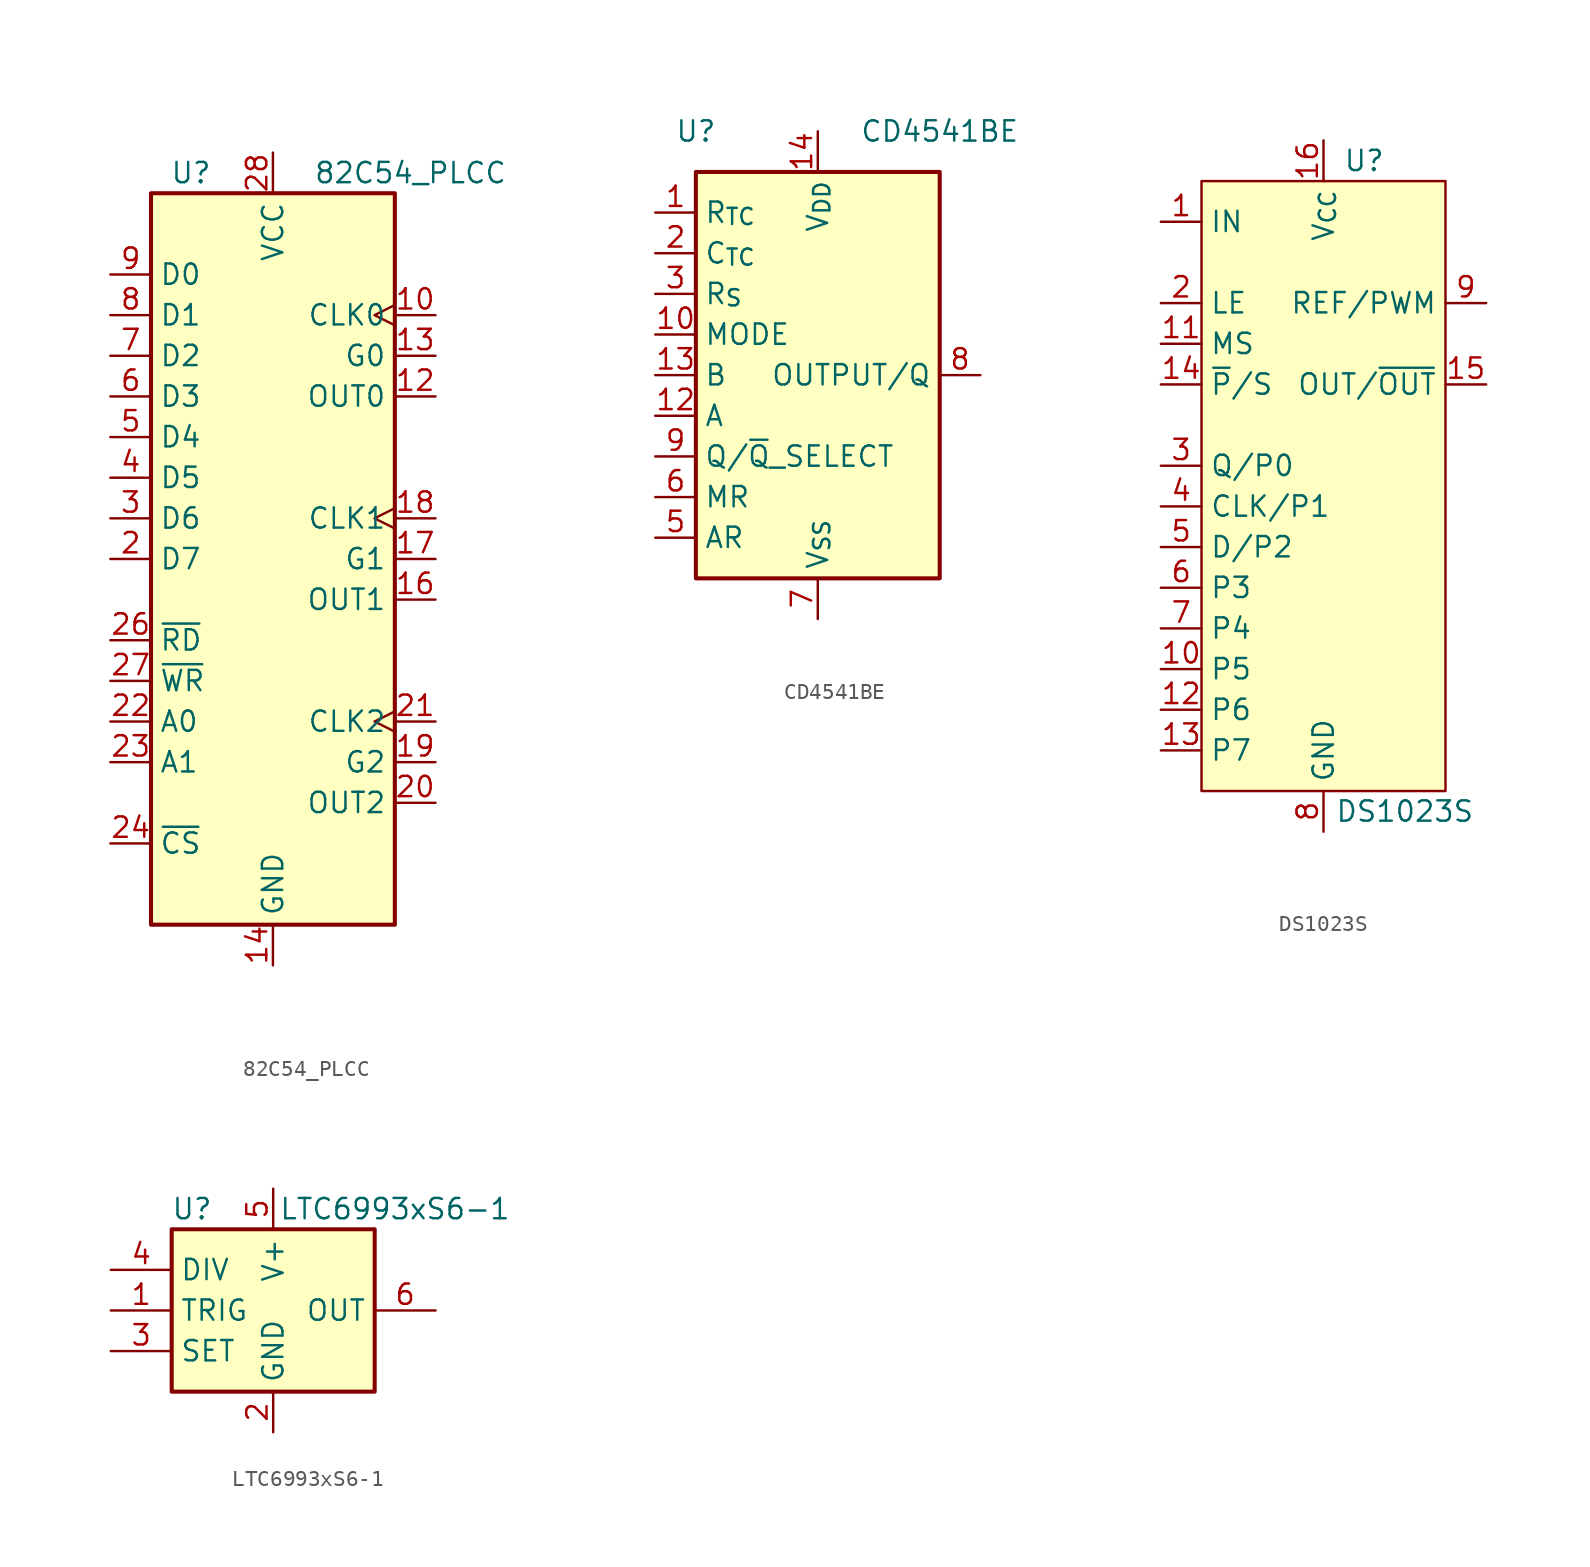
<source format=kicad_sym>
(kicad_symbol_lib
  (version 20241209)
  (generator "kicad_symbol_editor")
  (generator_version "9.0")
  (symbol "82C54_PLCC"
    (property "Reference" "U"
      (at -3.81 24.13 0)
      (effects (font (size 1.27 1.27)) (justify right)))
    (property "Value" "82C54_PLCC"
      (at 2.54 24.13 0)
      (effects (font (size 1.27 1.27)) (justify left)))
    (symbol "82C54_PLCC_0_1"
      (rectangle (start -7.62 -22.86) (end 7.62 22.86) (stroke (width 0.254) (type default)) (fill (type background))))
    (symbol "82C54_PLCC_1_1"
      (pin bidirectional line (at -10.16 17.78 0) (length 2.54) (name "D0" (effects (font (size 1.27 1.27)))) (number "9" (effects (font (size 1.27 1.27)))))
      (pin bidirectional line (at -10.16 15.24 0) (length 2.54) (name "D1" (effects (font (size 1.27 1.27)))) (number "8" (effects (font (size 1.27 1.27)))))
      (pin bidirectional line (at -10.16 12.7 0) (length 2.54) (name "D2" (effects (font (size 1.27 1.27)))) (number "7" (effects (font (size 1.27 1.27)))))
      (pin bidirectional line (at -10.16 10.16 0) (length 2.54) (name "D3" (effects (font (size 1.27 1.27)))) (number "6" (effects (font (size 1.27 1.27)))))
      (pin bidirectional line (at -10.16 7.62 0) (length 2.54) (name "D4" (effects (font (size 1.27 1.27)))) (number "5" (effects (font (size 1.27 1.27)))))
      (pin bidirectional line (at -10.16 5.08 0) (length 2.54) (name "D5" (effects (font (size 1.27 1.27)))) (number "4" (effects (font (size 1.27 1.27)))))
      (pin bidirectional line (at -10.16 2.54 0) (length 2.54) (name "D6" (effects (font (size 1.27 1.27)))) (number "3" (effects (font (size 1.27 1.27)))))
      (pin bidirectional line (at -10.16 0 0) (length 2.54) (name "D7" (effects (font (size 1.27 1.27)))) (number "2" (effects (font (size 1.27 1.27)))))
      (pin input line (at -10.16 -5.08 0) (length 2.54) (name "~{RD}" (effects (font (size 1.27 1.27)))) (number "26" (effects (font (size 1.27 1.27)))))
      (pin input line (at -10.16 -7.62 0) (length 2.54) (name "~{WR}" (effects (font (size 1.27 1.27)))) (number "27" (effects (font (size 1.27 1.27)))))
      (pin input line (at -10.16 -10.16 0) (length 2.54) (name "A0" (effects (font (size 1.27 1.27)))) (number "22" (effects (font (size 1.27 1.27)))))
      (pin input line (at -10.16 -12.7 0) (length 2.54) (name "A1" (effects (font (size 1.27 1.27)))) (number "23" (effects (font (size 1.27 1.27)))))
      (pin input line (at -10.16 -17.78 0) (length 2.54) (name "~{CS}" (effects (font (size 1.27 1.27)))) (number "24" (effects (font (size 1.27 1.27)))))
      (pin no_connect line (at -5.08 -22.86 90) (length 2.54) (hide yes) (name "NC" (effects (font (size 1.27 1.27)))) (number "1" (effects (font (size 1.27 1.27)))))
      (pin no_connect line (at -2.54 -22.86 90) (length 2.54) (hide yes) (name "NC" (effects (font (size 1.27 1.27)))) (number "11" (effects (font (size 1.27 1.27)))))
      (pin power_in line (at 0 25.4 270) (length 2.54) (name "VCC" (effects (font (size 1.27 1.27)))) (number "28" (effects (font (size 1.27 1.27)))))
      (pin power_in line (at 0 -25.4 90) (length 2.54) (name "GND" (effects (font (size 1.27 1.27)))) (number "14" (effects (font (size 1.27 1.27)))))
      (pin no_connect line (at 2.54 -22.86 90) (length 2.54) (hide yes) (name "NC" (effects (font (size 1.27 1.27)))) (number "15" (effects (font (size 1.27 1.27)))))
      (pin no_connect line (at 5.08 -22.86 90) (length 2.54) (hide yes) (name "NC" (effects (font (size 1.27 1.27)))) (number "25" (effects (font (size 1.27 1.27)))))
      (pin input clock (at 10.16 15.24 180) (length 2.54) (name "CLK0" (effects (font (size 1.27 1.27)))) (number "10" (effects (font (size 1.27 1.27)))))
      (pin input line (at 10.16 12.7 180) (length 2.54) (name "G0" (effects (font (size 1.27 1.27)))) (number "13" (effects (font (size 1.27 1.27)))))
      (pin output line (at 10.16 10.16 180) (length 2.54) (name "OUT0" (effects (font (size 1.27 1.27)))) (number "12" (effects (font (size 1.27 1.27)))))
      (pin input clock (at 10.16 2.54 180) (length 2.54) (name "CLK1" (effects (font (size 1.27 1.27)))) (number "18" (effects (font (size 1.27 1.27)))))
      (pin input line (at 10.16 0 180) (length 2.54) (name "G1" (effects (font (size 1.27 1.27)))) (number "17" (effects (font (size 1.27 1.27)))))
      (pin output line (at 10.16 -2.54 180) (length 2.54) (name "OUT1" (effects (font (size 1.27 1.27)))) (number "16" (effects (font (size 1.27 1.27)))))
      (pin input clock (at 10.16 -10.16 180) (length 2.54) (name "CLK2" (effects (font (size 1.27 1.27)))) (number "21" (effects (font (size 1.27 1.27)))))
      (pin input line (at 10.16 -12.7 180) (length 2.54) (name "G2" (effects (font (size 1.27 1.27)))) (number "19" (effects (font (size 1.27 1.27)))))
      (pin output line (at 10.16 -15.24 180) (length 2.54) (name "OUT2" (effects (font (size 1.27 1.27)))) (number "20" (effects (font (size 1.27 1.27)))))))
  (symbol "CD4541BE"
    (property "Reference" "U"
      (at -7.62 15.24 0)
      (effects (font (size 1.27 1.27))))
    (property "Value" "CD4541BE"
      (at 7.62 15.24 0)
      (effects (font (size 1.27 1.27))))
    (symbol "CD4541BE_0_0"
      (pin input line (at -10.16 10.16 0) (length 2.54) (name "R_{TC}" (effects (font (size 1.27 1.27)))) (number "1" (effects (font (size 1.27 1.27)))))
      (pin input line (at -10.16 7.62 0) (length 2.54) (name "C_{TC}" (effects (font (size 1.27 1.27)))) (number "2" (effects (font (size 1.27 1.27)))))
      (pin input line (at -10.16 5.08 0) (length 2.54) (name "R_{S}" (effects (font (size 1.27 1.27)))) (number "3" (effects (font (size 1.27 1.27)))))
      (pin input line (at -10.16 2.54 0) (length 2.54) (name "MODE" (effects (font (size 1.27 1.27)))) (number "10" (effects (font (size 1.27 1.27)))))
      (pin input line (at -10.16 0 0) (length 2.54) (name "B" (effects (font (size 1.27 1.27)))) (number "13" (effects (font (size 1.27 1.27)))))
      (pin input line (at -10.16 -2.54 0) (length 2.54) (name "A" (effects (font (size 1.27 1.27)))) (number "12" (effects (font (size 1.27 1.27)))))
      (pin input line (at -10.16 -5.08 0) (length 2.54) (name "Q/~{Q}_SELECT" (effects (font (size 1.27 1.27)))) (number "9" (effects (font (size 1.27 1.27)))))
      (pin input line (at -10.16 -7.62 0) (length 2.54) (name "MR" (effects (font (size 1.27 1.27)))) (number "6" (effects (font (size 1.27 1.27)))))
      (pin input line (at -10.16 -10.16 0) (length 2.54) (name "AR" (effects (font (size 1.27 1.27)))) (number "5" (effects (font (size 1.27 1.27)))))
      (pin power_in line (at 0 15.24 270) (length 2.54) (name "V_{DD}" (effects (font (size 1.27 1.27)))) (number "14" (effects (font (size 1.27 1.27)))))
      (pin power_in line (at 0 -15.24 90) (length 2.54) (name "V_{SS}" (effects (font (size 1.27 1.27)))) (number "7" (effects (font (size 1.27 1.27)))))
      (pin no_connect line (at 7.62 -5.08 180) (length 2.54) (hide yes) (name "NC" (effects (font (size 1.27 1.27)))) (number "4" (effects (font (size 1.27 1.27)))))
      (pin no_connect line (at 7.62 -7.62 180) (length 2.54) (hide yes) (name "NC" (effects (font (size 1.27 1.27)))) (number "11" (effects (font (size 1.27 1.27)))))
      (pin output line (at 10.16 0 180) (length 2.54) (name "OUTPUT/Q" (effects (font (size 1.27 1.27)))) (number "8" (effects (font (size 1.27 1.27))))))
    (symbol "CD4541BE_0_1"
      (rectangle (start 7.62 -12.7) (end -7.62 12.7) (stroke (width 0.254) (type default)) (fill (type background)))))
  (symbol "DS1023S"
    (property "Reference" "U"
      (at 2.54 19.05 0)
      (effects (font (size 1.27 1.27))))
    (property "Value" "DS1023S"
      (at 5.08 -21.59 0)
      (effects (font (size 1.27 1.27))))
    (symbol "DS1023S_1_1"
      (rectangle (start -7.62 17.78) (end 7.62 -20.32) (stroke (width 0) (type default)) (fill (type background)))
      (pin input line (at -10.16 15.24 0) (length 2.54) (name "IN" (effects (font (size 1.27 1.27)))) (number "1" (effects (font (size 1.27 1.27)))))
      (pin input line (at -10.16 10.16 0) (length 2.54) (name "LE" (effects (font (size 1.27 1.27)))) (number "2" (effects (font (size 1.27 1.27)))))
      (pin input line (at -10.16 7.62 0) (length 2.54) (name "MS" (effects (font (size 1.27 1.27)))) (number "11" (effects (font (size 1.27 1.27)))))
      (pin input line (at -10.16 5.08 0) (length 2.54) (name "~{P}/S" (effects (font (size 1.27 1.27)))) (number "14" (effects (font (size 1.27 1.27)))))
      (pin input line (at -10.16 0 0) (length 2.54) (name "Q/P0" (effects (font (size 1.27 1.27)))) (number "3" (effects (font (size 1.27 1.27)))))
      (pin input line (at -10.16 -2.54 0) (length 2.54) (name "CLK/P1" (effects (font (size 1.27 1.27)))) (number "4" (effects (font (size 1.27 1.27)))))
      (pin input line (at -10.16 -5.08 0) (length 2.54) (name "D/P2" (effects (font (size 1.27 1.27)))) (number "5" (effects (font (size 1.27 1.27)))))
      (pin input line (at -10.16 -7.62 0) (length 2.54) (name "P3" (effects (font (size 1.27 1.27)))) (number "6" (effects (font (size 1.27 1.27)))))
      (pin input line (at -10.16 -10.16 0) (length 2.54) (name "P4" (effects (font (size 1.27 1.27)))) (number "7" (effects (font (size 1.27 1.27)))))
      (pin input line (at -10.16 -12.7 0) (length 2.54) (name "P5" (effects (font (size 1.27 1.27)))) (number "10" (effects (font (size 1.27 1.27)))))
      (pin input line (at -10.16 -15.24 0) (length 2.54) (name "P6" (effects (font (size 1.27 1.27)))) (number "12" (effects (font (size 1.27 1.27)))))
      (pin input line (at -10.16 -17.78 0) (length 2.54) (name "P7" (effects (font (size 1.27 1.27)))) (number "13" (effects (font (size 1.27 1.27)))))
      (pin power_in line (at 0 20.32 270) (length 2.54) (name "V_{CC}" (effects (font (size 1.27 1.27)))) (number "16" (effects (font (size 1.27 1.27)))))
      (pin power_in line (at 0 -22.86 90) (length 2.54) (name "GND" (effects (font (size 1.27 1.27)))) (number "8" (effects (font (size 1.27 1.27)))))
      (pin output line (at 10.16 10.16 180) (length 2.54) (name "REF/PWM" (effects (font (size 1.27 1.27)))) (number "9" (effects (font (size 1.27 1.27)))))
      (pin output line (at 10.16 5.08 180) (length 2.54) (name "OUT/~{OUT}" (effects (font (size 1.27 1.27)))) (number "15" (effects (font (size 1.27 1.27)))))))
  (symbol "LTC6993xS6-1"
    (property "Reference" "U"
      (at -5.08 6.35 0)
      (effects (font (size 1.27 1.27))))
    (property "Value" "LTC6993xS6-1"
      (at 7.62 6.35 0)
      (effects (font (size 1.27 1.27))))
    (symbol "LTC6993xS6-1_0_1"
      (rectangle (start -6.35 5.08) (end 6.35 -5.08) (stroke (width 0.254) (type default)) (fill (type background))))
    (symbol "LTC6993xS6-1_1_1"
      (pin input line (at -10.16 2.54 0) (length 3.81) (name "DIV" (effects (font (size 1.27 1.27)))) (number "4" (effects (font (size 1.27 1.27)))))
      (pin input line (at -10.16 0 0) (length 3.81) (name "TRIG" (effects (font (size 1.27 1.27)))) (number "1" (effects (font (size 1.27 1.27)))))
      (pin passive line (at -10.16 -2.54 0) (length 3.81) (name "SET" (effects (font (size 1.27 1.27)))) (number "3" (effects (font (size 1.27 1.27)))))
      (pin power_in line (at 0 7.62 270) (length 2.54) (name "V+" (effects (font (size 1.27 1.27)))) (number "5" (effects (font (size 1.27 1.27)))))
      (pin power_in line (at 0 -7.62 90) (length 2.54) (name "GND" (effects (font (size 1.27 1.27)))) (number "2" (effects (font (size 1.27 1.27)))))
      (pin output line (at 10.16 0 180) (length 3.81) (name "OUT" (effects (font (size 1.27 1.27)))) (number "6" (effects (font (size 1.27 1.27))))))))
</source>
